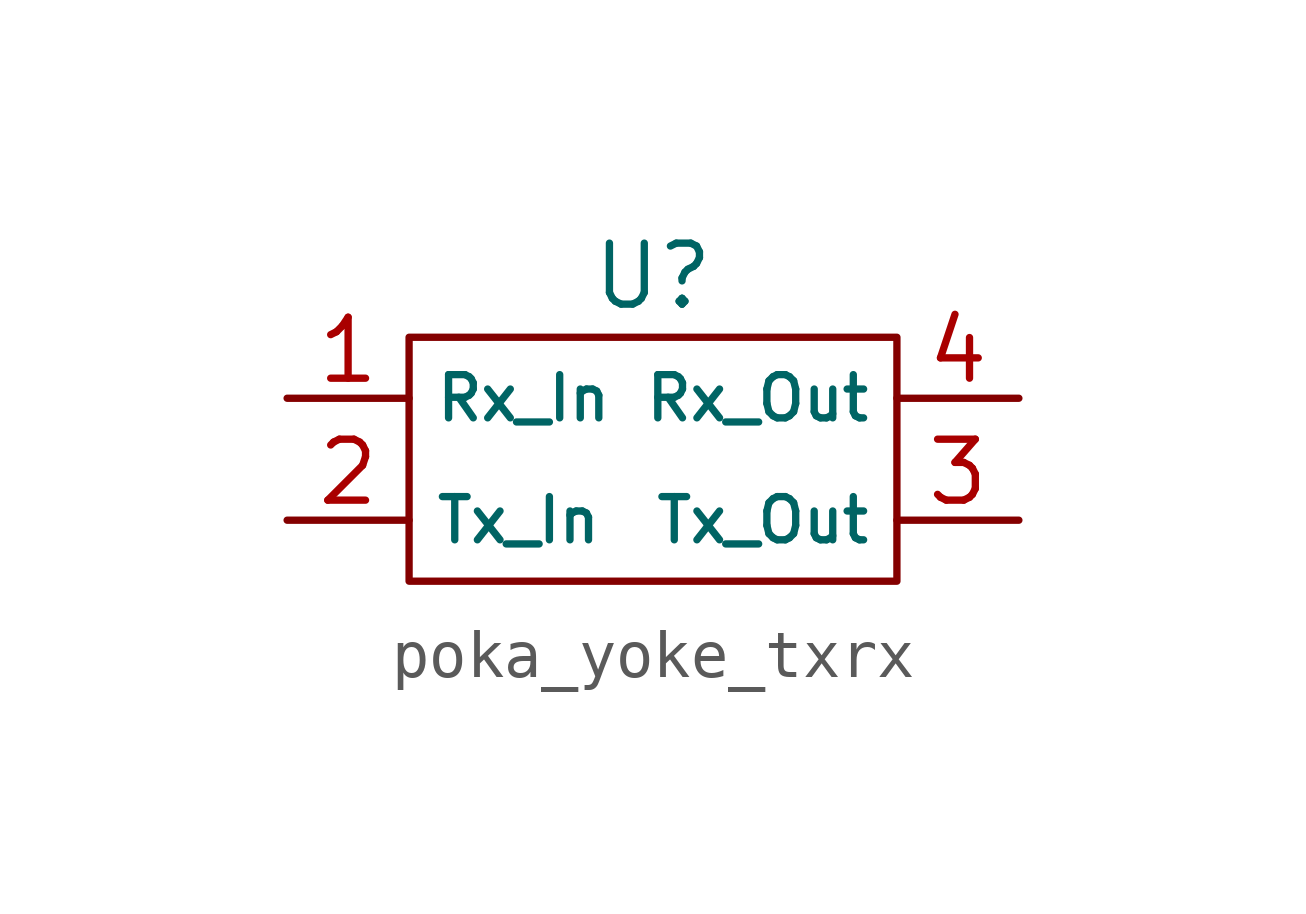
<source format=kicad_sym>
(kicad_symbol_lib
  (version 20231120)
  (generator "kicad_symbol_editor")
  (generator_version "8.0")
  (symbol "poka_yoke_txrx"
    (property "Reference" "U"
      (at 0 3.81 0)
      (effects (font (size 1.27 1.27))))
    (property "Value" ""
      (at 0 1.27 0)
      (effects (font (size 1.27 1.27))))
    (symbol "poka_yoke_txrx_0_1"
      (rectangle (start -5.08 2.54) (end 5.08 -2.54) (stroke (width 0) (type default)) (fill (type none))))
    (symbol "poka_yoke_txrx_1_1"
      (pin input line (at -7.62 1.27 0) (length 2.54) (name "Rx_In" (effects (font (size 0.9 0.9)))) (number "1" (effects (font (size 1.27 1.27)))))
      (pin input line (at -7.62 -1.27 0) (length 2.54) (name "Tx_In" (effects (font (size 0.9 0.9)))) (number "2" (effects (font (size 1.27 1.27)))))
      (pin output line (at 7.62 -1.27 180) (length 2.54) (name "Tx_Out" (effects (font (size 0.9 0.9)))) (number "3" (effects (font (size 1.27 1.27)))))
      (pin output line (at 7.62 1.27 180) (length 2.54) (name "Rx_Out" (effects (font (size 0.9 0.9)))) (number "4" (effects (font (size 1.27 1.27))))))))
</source>
